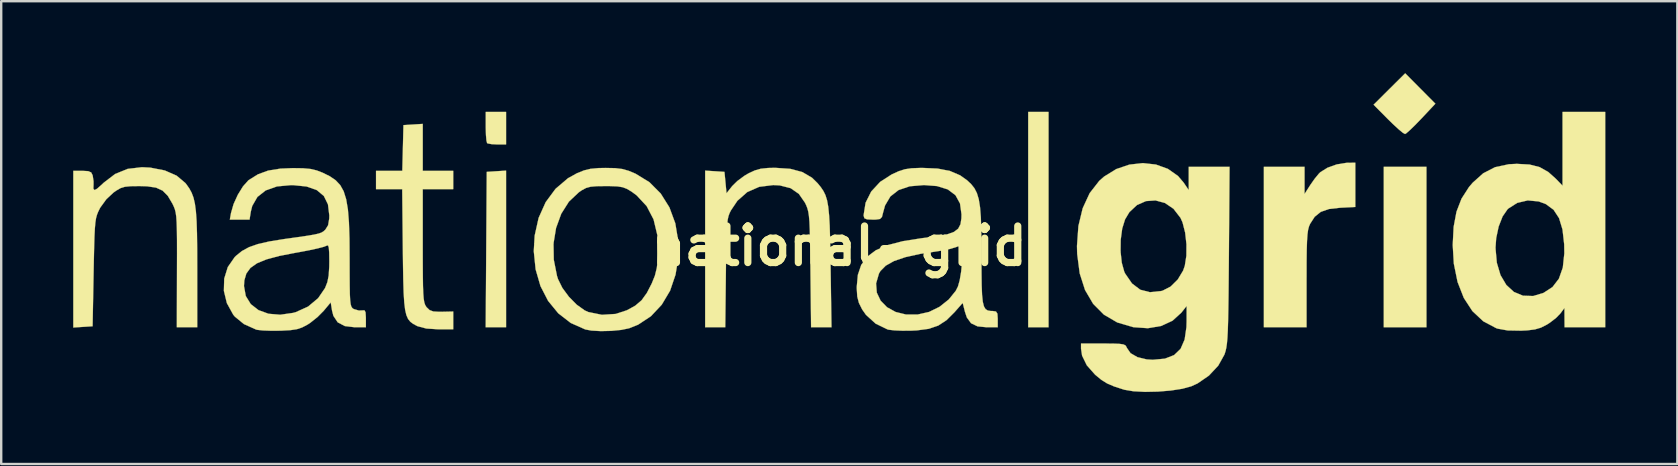
<source format=kicad_pcb>
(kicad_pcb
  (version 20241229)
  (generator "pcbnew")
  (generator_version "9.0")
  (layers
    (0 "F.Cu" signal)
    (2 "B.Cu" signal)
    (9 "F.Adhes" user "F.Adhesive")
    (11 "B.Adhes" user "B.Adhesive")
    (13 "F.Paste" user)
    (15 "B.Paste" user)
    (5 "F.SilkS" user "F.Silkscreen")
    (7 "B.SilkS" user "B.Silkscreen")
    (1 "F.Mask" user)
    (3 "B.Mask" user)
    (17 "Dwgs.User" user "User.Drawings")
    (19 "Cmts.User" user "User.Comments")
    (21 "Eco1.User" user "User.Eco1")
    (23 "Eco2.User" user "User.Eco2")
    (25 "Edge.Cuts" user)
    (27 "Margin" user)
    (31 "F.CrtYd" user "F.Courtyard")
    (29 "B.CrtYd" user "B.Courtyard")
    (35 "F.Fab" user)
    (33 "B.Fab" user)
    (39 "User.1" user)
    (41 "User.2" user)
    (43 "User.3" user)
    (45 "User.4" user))
  (footprint "national-grid"
    (layer "F.Cu")
    (at 31.924 7.202)
    (property "Reference" "national-grid" (at 0 0 0) (layer "F.SilkS") (effects (font (size 1.524 1.524) (thickness 0.3))))
    (attr through_hole)
    (fp_poly (pts (xy 8.721 3.387) (xy 7.874 3.387) (xy 7.874 -5.588) (xy 8.721 -5.588) (xy 8.721 3.387)) (stroke (width 0.01) (type solid)) (fill yes) (layer "F.SilkS"))
    (fp_poly (pts (xy 24.469 3.387) (xy 22.691 3.387) (xy 22.691 -3.302) (xy 24.469 -3.302) (xy 24.469 3.387)) (stroke (width 0.01) (type solid)) (fill yes) (layer "F.SilkS"))
    (fp_poly (pts (xy -13.885 3.387) (xy -14.734 3.387) (xy -14.69 -3.09) (xy -14.287 -3.116) (xy -13.885 -3.142) (xy -13.885 3.387)) (stroke (width 0.01) (type solid)) (fill yes) (layer "F.SilkS"))
    (fp_poly (pts (xy -13.885 -4.233) (xy -14.252 -4.233) (xy -14.49 -4.245) (xy -14.649 -4.275) (xy -14.676 -4.29) (xy -14.703 -4.396) (xy -14.723 -4.625) (xy -14.732 -4.93) (xy -14.732 -4.967) (xy -14.732 -5.588) (xy -13.885 -5.588) (xy -13.885 -4.233)) (stroke (width 0.01) (type solid)) (fill yes) (layer "F.SilkS"))
    (fp_poly (pts (xy 24.841 -5.931) (xy 24.253 -5.304) (xy 23.997 -5.04) (xy 23.78 -4.829) (xy 23.628 -4.697) (xy 23.578 -4.667) (xy 23.485 -4.719) (xy 23.304 -4.869) (xy 23.065 -5.09) (xy 22.879 -5.272) (xy 22.267 -5.888) (xy 22.925 -6.543) (xy 23.584 -7.197) (xy 24.841 -5.931)) (stroke (width 0.01) (type solid)) (fill yes) (layer "F.SilkS"))
    (fp_poly (pts (xy 21.505 -1.627) (xy 20.875 -1.595) (xy 20.406 -1.542) (xy 20.064 -1.422) (xy 19.812 -1.218) (xy 19.622 -0.925) (xy 19.574 -0.813) (xy 19.537 -0.672) (xy 19.511 -0.479) (xy 19.493 -0.212) (xy 19.481 0.152) (xy 19.475 0.636) (xy 19.474 1.263) (xy 19.473 1.376) (xy 19.473 3.387) (xy 17.695 3.387) (xy 17.695 -3.302) (xy 19.389 -3.302) (xy 19.389 -2.168) (xy 19.63 -2.545) (xy 19.805 -2.795) (xy 19.978 -3.007) (xy 20.048 -3.077) (xy 20.345 -3.262) (xy 20.732 -3.401) (xy 21.132 -3.466) (xy 21.188 -3.468) (xy 21.505 -3.471) (xy 21.505 -1.627)) (stroke (width 0.01) (type solid)) (fill yes) (layer "F.SilkS"))
    (fp_poly (pts (xy -17.357 -3.133) (xy -16.087 -3.133) (xy -16.087 -2.371) (xy -17.357 -2.371) (xy -17.357 -0.009) (xy -17.356 0.688) (xy -17.353 1.237) (xy -17.347 1.656) (xy -17.336 1.967) (xy -17.319 2.188) (xy -17.294 2.341) (xy -17.261 2.445) (xy -17.219 2.52) (xy -17.195 2.552) (xy -17.072 2.67) (xy -16.915 2.728) (xy -16.665 2.742) (xy -16.56 2.741) (xy -16.087 2.73) (xy -16.087 3.471) (xy -16.701 3.471) (xy -17.207 3.439) (xy -17.571 3.342) (xy -17.611 3.323) (xy -17.757 3.244) (xy -17.875 3.156) (xy -17.968 3.041) (xy -18.039 2.881) (xy -18.091 2.658) (xy -18.128 2.352) (xy -18.153 1.946) (xy -18.169 1.422) (xy -18.18 0.76) (xy -18.187 0.148) (xy -18.213 -2.371) (xy -19.304 -2.371) (xy -19.304 -3.133) (xy -18.209 -3.133) (xy -18.185 -4.085) (xy -18.161 -5.038) (xy -17.759 -5.063) (xy -17.357 -5.089) (xy -17.357 -3.133)) (stroke (width 0.01) (type solid)) (fill yes) (layer "F.SilkS"))
    (fp_poly (pts (xy -2.041 -3.216) (xy -1.539 -3.082) (xy -1.136 -2.846) (xy -0.905 -2.62) (xy -0.77 -2.455) (xy -0.661 -2.294) (xy -0.575 -2.119) (xy -0.509 -1.907) (xy -0.46 -1.64) (xy -0.425 -1.296) (xy -0.399 -0.855) (xy -0.382 -0.297) (xy -0.368 0.398) (xy -0.361 0.868) (xy -0.324 3.387) (xy -1.174 3.387) (xy -1.201 0.995) (xy -1.209 0.294) (xy -1.218 -0.26) (xy -1.229 -0.687) (xy -1.243 -1.01) (xy -1.264 -1.251) (xy -1.291 -1.43) (xy -1.328 -1.57) (xy -1.375 -1.693) (xy -1.427 -1.802) (xy -1.683 -2.172) (xy -2.028 -2.411) (xy -2.479 -2.526) (xy -2.751 -2.54) (xy -3.335 -2.467) (xy -3.833 -2.249) (xy -4.245 -1.885) (xy -4.516 -1.482) (xy -4.571 -1.371) (xy -4.615 -1.252) (xy -4.648 -1.104) (xy -4.672 -0.905) (xy -4.69 -0.632) (xy -4.703 -0.263) (xy -4.713 0.222) (xy -4.722 0.847) (xy -4.725 1.122) (xy -4.751 3.387) (xy -5.588 3.387) (xy -5.588 -3.142) (xy -5.186 -3.116) (xy -4.784 -3.09) (xy -4.741 -2.645) (xy -4.699 -2.199) (xy -4.462 -2.497) (xy -4.247 -2.709) (xy -3.957 -2.924) (xy -3.785 -3.026) (xy -3.518 -3.15) (xy -3.268 -3.221) (xy -2.967 -3.252) (xy -2.667 -3.258) (xy -2.041 -3.216)) (stroke (width 0.01) (type solid)) (fill yes) (layer "F.SilkS"))
    (fp_poly (pts (xy 31.919 3.387) (xy 30.226 3.387) (xy 30.223 2.985) (xy 30.221 2.582) (xy 30.046 2.816) (xy 29.868 2.999) (xy 29.614 3.194) (xy 29.485 3.277) (xy 29.241 3.401) (xy 28.991 3.475) (xy 28.674 3.515) (xy 28.413 3.528) (xy 27.853 3.518) (xy 27.435 3.443) (xy 27.375 3.422) (xy 26.836 3.136) (xy 26.385 2.713) (xy 26.026 2.163) (xy 25.766 1.499) (xy 25.61 0.732) (xy 25.572 0.085) (xy 27.347 0.085) (xy 27.402 0.697) (xy 27.556 1.214) (xy 27.798 1.623) (xy 28.114 1.913) (xy 28.491 2.07) (xy 28.916 2.084) (xy 29.345 1.955) (xy 29.721 1.711) (xy 29.989 1.362) (xy 30.152 0.899) (xy 30.215 0.31) (xy 30.209 -0.074) (xy 30.139 -0.689) (xy 29.995 -1.163) (xy 29.767 -1.51) (xy 29.446 -1.747) (xy 29.146 -1.858) (xy 28.691 -1.901) (xy 28.253 -1.798) (xy 27.881 -1.561) (xy 27.849 -1.531) (xy 27.642 -1.231) (xy 27.479 -0.814) (xy 27.376 -0.33) (xy 27.347 0.085) (xy 25.572 0.085) (xy 25.564 -0.042) (xy 25.603 -0.799) (xy 25.722 -1.433) (xy 25.932 -1.975) (xy 26.242 -2.457) (xy 26.394 -2.636) (xy 26.836 -3.032) (xy 27.329 -3.285) (xy 27.905 -3.408) (xy 28.236 -3.424) (xy 28.766 -3.395) (xy 29.186 -3.288) (xy 29.546 -3.085) (xy 29.855 -2.809) (xy 30.141 -2.514) (xy 30.141 -5.588) (xy 31.919 -5.588) (xy 31.919 3.387)) (stroke (width 0.01) (type solid)) (fill yes) (layer "F.SilkS"))
    (fp_poly (pts (xy -28.709 -3.266) (xy -28.105 -3.148) (xy -27.612 -2.931) (xy -27.247 -2.623) (xy -27.211 -2.577) (xy -27.087 -2.402) (xy -26.988 -2.221) (xy -26.91 -2.014) (xy -26.852 -1.761) (xy -26.81 -1.441) (xy -26.782 -1.034) (xy -26.765 -0.52) (xy -26.757 0.122) (xy -26.755 0.912) (xy -26.755 0.945) (xy -26.755 3.387) (xy -27.605 3.387) (xy -27.599 1.006) (xy -27.597 0.308) (xy -27.598 -0.242) (xy -27.603 -0.667) (xy -27.613 -0.987) (xy -27.629 -1.223) (xy -27.654 -1.398) (xy -27.688 -1.534) (xy -27.734 -1.65) (xy -27.787 -1.762) (xy -27.982 -2.091) (xy -28.197 -2.308) (xy -28.473 -2.434) (xy -28.849 -2.489) (xy -29.166 -2.498) (xy -29.524 -2.493) (xy -29.767 -2.469) (xy -29.95 -2.413) (xy -30.127 -2.31) (xy -30.239 -2.232) (xy -30.541 -1.951) (xy -30.79 -1.609) (xy -30.819 -1.557) (xy -30.882 -1.429) (xy -30.932 -1.304) (xy -30.971 -1.161) (xy -31 -0.977) (xy -31.021 -0.729) (xy -31.038 -0.394) (xy -31.051 0.049) (xy -31.064 0.624) (xy -31.073 1.098) (xy -31.115 3.344) (xy -31.517 3.37) (xy -31.919 3.396) (xy -31.919 -3.133) (xy -31.54 -3.133) (xy -31.298 -3.12) (xy -31.174 -3.067) (xy -31.115 -2.949) (xy -31.11 -2.93) (xy -31.076 -2.704) (xy -31.076 -2.57) (xy -31.083 -2.394) (xy -31.042 -2.331) (xy -30.932 -2.385) (xy -30.734 -2.559) (xy -30.653 -2.637) (xy -30.178 -3.001) (xy -29.654 -3.214) (xy -29.059 -3.284) (xy -28.709 -3.266)) (stroke (width 0.01) (type solid)) (fill yes) (layer "F.SilkS"))
    (fp_poly (pts (xy -9.339 -3.245) (xy -9.041 -3.209) (xy -8.771 -3.132) (xy -8.488 -3.013) (xy -7.912 -2.66) (xy -7.439 -2.186) (xy -7.077 -1.608) (xy -6.832 -0.943) (xy -6.711 -0.211) (xy -6.722 0.572) (xy -6.823 1.194) (xy -7.05 1.862) (xy -7.398 2.446) (xy -7.849 2.926) (xy -8.386 3.28) (xy -8.757 3.428) (xy -9.088 3.496) (xy -9.502 3.536) (xy -9.937 3.546) (xy -10.327 3.524) (xy -10.583 3.477) (xy -11.19 3.207) (xy -11.71 2.804) (xy -12.134 2.286) (xy -12.451 1.67) (xy -12.653 0.975) (xy -12.73 0.217) (xy -12.712 -0.106) (xy -11.908 -0.106) (xy -11.897 0.57) (xy -11.763 1.244) (xy -11.72 1.38) (xy -11.539 1.747) (xy -11.265 2.117) (xy -10.941 2.445) (xy -10.609 2.683) (xy -10.456 2.752) (xy -9.89 2.867) (xy -9.315 2.83) (xy -8.848 2.677) (xy -8.5 2.485) (xy -8.237 2.26) (xy -8.018 1.956) (xy -7.817 1.566) (xy -7.683 1.237) (xy -7.603 0.913) (xy -7.56 0.521) (xy -7.55 0.325) (xy -7.579 -0.446) (xy -7.738 -1.108) (xy -8.026 -1.662) (xy -8.444 -2.111) (xy -8.65 -2.263) (xy -8.842 -2.379) (xy -9.023 -2.449) (xy -9.244 -2.485) (xy -9.559 -2.497) (xy -9.744 -2.498) (xy -10.112 -2.493) (xy -10.363 -2.471) (xy -10.549 -2.42) (xy -10.722 -2.328) (xy -10.851 -2.24) (xy -11.266 -1.85) (xy -11.585 -1.345) (xy -11.801 -0.754) (xy -11.908 -0.106) (xy -12.712 -0.106) (xy -12.693 -0.434) (xy -12.528 -1.173) (xy -12.234 -1.828) (xy -11.823 -2.384) (xy -11.308 -2.823) (xy -10.935 -3.031) (xy -10.643 -3.149) (xy -10.364 -3.217) (xy -10.03 -3.248) (xy -9.737 -3.253) (xy -9.339 -3.245)) (stroke (width 0.01) (type solid)) (fill yes) (layer "F.SilkS"))
    (fp_poly (pts (xy 13.197 -3.395) (xy 13.695 -3.215) (xy 14.118 -2.917) (xy 14.35 -2.644) (xy 14.563 -2.331) (xy 14.563 -3.302) (xy 16.264 -3.302) (xy 16.237 0.402) (xy 16.229 1.301) (xy 16.222 2.046) (xy 16.213 2.655) (xy 16.203 3.145) (xy 16.191 3.531) (xy 16.175 3.83) (xy 16.155 4.058) (xy 16.13 4.233) (xy 16.1 4.37) (xy 16.064 4.486) (xy 16.05 4.525) (xy 15.792 4.987) (xy 15.405 5.4) (xy 14.931 5.726) (xy 14.666 5.847) (xy 14.292 5.949) (xy 13.812 6.023) (xy 13.277 6.067) (xy 12.742 6.078) (xy 12.26 6.053) (xy 11.883 5.99) (xy 11.853 5.981) (xy 11.454 5.852) (xy 11.163 5.727) (xy 10.922 5.577) (xy 10.674 5.372) (xy 10.659 5.359) (xy 10.316 4.972) (xy 10.119 4.569) (xy 10.075 4.278) (xy 10.075 4.064) (xy 11.001 4.064) (xy 11.409 4.066) (xy 11.679 4.077) (xy 11.842 4.101) (xy 11.93 4.144) (xy 11.973 4.213) (xy 11.982 4.239) (xy 12.138 4.465) (xy 12.426 4.632) (xy 12.815 4.726) (xy 13.068 4.741) (xy 13.571 4.694) (xy 13.953 4.545) (xy 14.224 4.284) (xy 14.392 3.899) (xy 14.468 3.379) (xy 14.475 3.133) (xy 14.476 2.498) (xy 14.258 2.775) (xy 13.887 3.113) (xy 13.413 3.332) (xy 12.862 3.425) (xy 12.258 3.383) (xy 12.252 3.382) (xy 11.586 3.186) (xy 11.028 2.86) (xy 10.579 2.408) (xy 10.242 1.834) (xy 10.02 1.142) (xy 9.915 0.334) (xy 9.912 0.234) (xy 11.723 0.234) (xy 11.773 0.698) (xy 11.878 1.074) (xy 11.911 1.143) (xy 12.2 1.562) (xy 12.544 1.822) (xy 12.949 1.925) (xy 13.421 1.875) (xy 13.476 1.86) (xy 13.808 1.69) (xy 14.105 1.397) (xy 14.328 1.026) (xy 14.399 0.827) (xy 14.465 0.406) (xy 14.468 -0.077) (xy 14.414 -0.559) (xy 14.307 -0.978) (xy 14.221 -1.172) (xy 13.928 -1.551) (xy 13.57 -1.794) (xy 13.178 -1.9) (xy 12.781 -1.872) (xy 12.409 -1.709) (xy 12.091 -1.413) (xy 11.909 -1.108) (xy 11.791 -0.727) (xy 11.729 -0.261) (xy 11.723 0.234) (xy 9.912 0.234) (xy 9.906 -0.000001) (xy 9.966 -0.835) (xy 10.144 -1.573) (xy 10.435 -2.203) (xy 10.834 -2.715) (xy 11.035 -2.893) (xy 11.542 -3.206) (xy 12.091 -3.392) (xy 12.653 -3.455) (xy 13.197 -3.395)) (stroke (width 0.01) (type solid)) (fill yes) (layer "F.SilkS"))
    (fp_poly (pts (xy 4.099 -3.227) (xy 4.613 -3.127) (xy 5.036 -2.946) (xy 5.329 -2.737) (xy 5.498 -2.577) (xy 5.633 -2.407) (xy 5.736 -2.205) (xy 5.813 -1.95) (xy 5.866 -1.621) (xy 5.9 -1.198) (xy 5.918 -0.658) (xy 5.926 0.019) (xy 5.927 0.433) (xy 5.928 1.112) (xy 5.935 1.641) (xy 5.951 2.039) (xy 5.981 2.323) (xy 6.028 2.513) (xy 6.095 2.628) (xy 6.188 2.687) (xy 6.31 2.707) (xy 6.398 2.709) (xy 6.531 2.729) (xy 6.59 2.819) (xy 6.604 3.027) (xy 6.604 3.048) (xy 6.604 3.387) (xy 6.157 3.387) (xy 5.762 3.348) (xy 5.492 3.218) (xy 5.317 2.978) (xy 5.239 2.746) (xy 5.144 2.37) (xy 4.806 2.755) (xy 4.469 3.09) (xy 4.126 3.315) (xy 3.73 3.45) (xy 3.234 3.516) (xy 3.006 3.527) (xy 2.634 3.53) (xy 2.302 3.516) (xy 2.065 3.489) (xy 2.012 3.476) (xy 1.516 3.235) (xy 1.114 2.87) (xy 0.955 2.644) (xy 0.819 2.372) (xy 0.75 2.106) (xy 0.729 1.766) (xy 0.729 1.698) (xy 0.742 1.561) (xy 1.534 1.561) (xy 1.564 1.942) (xy 1.723 2.277) (xy 1.991 2.551) (xy 2.35 2.749) (xy 2.78 2.855) (xy 3.261 2.856) (xy 3.743 2.747) (xy 4.178 2.534) (xy 4.564 2.227) (xy 4.855 1.867) (xy 4.947 1.684) (xy 5.019 1.427) (xy 5.079 1.071) (xy 5.117 0.687) (xy 5.12 0.631) (xy 5.152 -0.071) (xy 4.883 0.04) (xy 4.64 0.115) (xy 4.322 0.183) (xy 4.149 0.21) (xy 3.374 0.327) (xy 2.755 0.464) (xy 2.28 0.626) (xy 1.938 0.818) (xy 1.715 1.043) (xy 1.654 1.148) (xy 1.534 1.561) (xy 0.742 1.561) (xy 0.775 1.201) (xy 0.915 0.787) (xy 1.161 0.448) (xy 1.526 0.176) (xy 2.02 -0.039) (xy 2.656 -0.203) (xy 3.445 -0.327) (xy 3.549 -0.339) (xy 4.099 -0.41) (xy 4.502 -0.489) (xy 4.78 -0.588) (xy 4.956 -0.723) (xy 5.052 -0.907) (xy 5.09 -1.154) (xy 5.094 -1.321) (xy 5.032 -1.772) (xy 4.843 -2.117) (xy 4.524 -2.358) (xy 4.073 -2.498) (xy 3.531 -2.54) (xy 2.936 -2.489) (xy 2.471 -2.332) (xy 2.13 -2.066) (xy 1.907 -1.687) (xy 1.824 -1.387) (xy 1.779 -1.21) (xy 1.698 -1.127) (xy 1.526 -1.102) (xy 1.393 -1.101) (xy 1.159 -1.111) (xy 1.048 -1.156) (xy 1.017 -1.258) (xy 1.016 -1.292) (xy 1.097 -1.803) (xy 1.332 -2.271) (xy 1.705 -2.674) (xy 2.18 -2.98) (xy 2.48 -3.118) (xy 2.734 -3.199) (xy 3.01 -3.24) (xy 3.374 -3.254) (xy 3.459 -3.255) (xy 4.099 -3.227)) (stroke (width 0.01) (type solid)) (fill yes) (layer "F.SilkS"))
    (fp_poly (pts (xy -22.349 -3.24) (xy -22.035 -3.211) (xy -21.776 -3.15) (xy -21.525 -3.053) (xy -21.227 -2.905) (xy -20.986 -2.74) (xy -20.796 -2.538) (xy -20.652 -2.28) (xy -20.548 -1.947) (xy -20.476 -1.522) (xy -20.433 -0.984) (xy -20.411 -0.315) (xy -20.405 0.504) (xy -20.405 0.52) (xy -20.404 1.155) (xy -20.401 1.642) (xy -20.395 2.001) (xy -20.382 2.254) (xy -20.362 2.421) (xy -20.333 2.524) (xy -20.293 2.584) (xy -20.24 2.622) (xy -20.227 2.629) (xy -20.019 2.689) (xy -19.888 2.683) (xy -19.788 2.678) (xy -19.741 2.76) (xy -19.728 2.965) (xy -19.727 3.014) (xy -19.727 3.387) (xy -20.182 3.387) (xy -20.605 3.336) (xy -20.901 3.18) (xy -21.081 2.909) (xy -21.137 2.692) (xy -21.192 2.348) (xy -21.484 2.699) (xy -21.742 2.96) (xy -22.049 3.204) (xy -22.165 3.279) (xy -22.386 3.394) (xy -22.602 3.466) (xy -22.87 3.506) (xy -23.242 3.527) (xy -23.321 3.529) (xy -23.691 3.531) (xy -24.017 3.519) (xy -24.248 3.494) (xy -24.3 3.482) (xy -24.811 3.252) (xy -25.188 2.942) (xy -25.257 2.858) (xy -25.52 2.38) (xy -25.644 1.869) (xy -25.639 1.668) (xy -24.807 1.668) (xy -24.732 2.084) (xy -24.523 2.422) (xy -24.201 2.672) (xy -23.785 2.823) (xy -23.297 2.864) (xy -22.757 2.786) (xy -22.643 2.754) (xy -22.136 2.524) (xy -21.717 2.174) (xy -21.428 1.751) (xy -21.332 1.507) (xy -21.277 1.23) (xy -21.254 0.866) (xy -21.251 0.64) (xy -21.256 0.282) (xy -21.272 0.068) (xy -21.303 -0.024) (xy -21.354 -0.02) (xy -21.362 -0.014) (xy -21.482 0.033) (xy -21.736 0.099) (xy -22.09 0.176) (xy -22.51 0.256) (xy -22.655 0.281) (xy -23.339 0.414) (xy -23.87 0.557) (xy -24.264 0.719) (xy -24.538 0.913) (xy -24.709 1.147) (xy -24.792 1.433) (xy -24.807 1.668) (xy -25.639 1.668) (xy -25.63 1.357) (xy -25.481 0.877) (xy -25.196 0.465) (xy -25.144 0.413) (xy -24.894 0.21) (xy -24.599 0.049) (xy -24.228 -0.081) (xy -23.752 -0.19) (xy -23.139 -0.289) (xy -23.081 -0.297) (xy -22.548 -0.372) (xy -22.157 -0.429) (xy -21.882 -0.476) (xy -21.697 -0.518) (xy -21.577 -0.56) (xy -21.495 -0.61) (xy -21.425 -0.673) (xy -21.416 -0.682) (xy -21.301 -0.866) (xy -21.254 -1.146) (xy -21.251 -1.274) (xy -21.307 -1.734) (xy -21.478 -2.084) (xy -21.773 -2.331) (xy -22.198 -2.48) (xy -22.761 -2.537) (xy -22.847 -2.538) (xy -23.433 -2.483) (xy -23.902 -2.317) (xy -24.247 -2.045) (xy -24.463 -1.67) (xy -24.522 -1.433) (xy -24.575 -1.101) (xy -25.396 -1.101) (xy -25.347 -1.376) (xy -25.241 -1.746) (xy -25.064 -2.135) (xy -24.849 -2.484) (xy -24.628 -2.732) (xy -24.604 -2.751) (xy -24.224 -2.988) (xy -23.799 -3.143) (xy -23.288 -3.225) (xy -22.775 -3.246) (xy -22.349 -3.24)) (stroke (width 0.01) (type solid)) (fill yes) (layer "F.SilkS")))
  (gr_rect
    (start -3 -3)
    (end 66.849 16.285)
    (stroke (width 0.1) (type default))
    (fill no)
    (layer "Edge.Cuts")))
</source>
